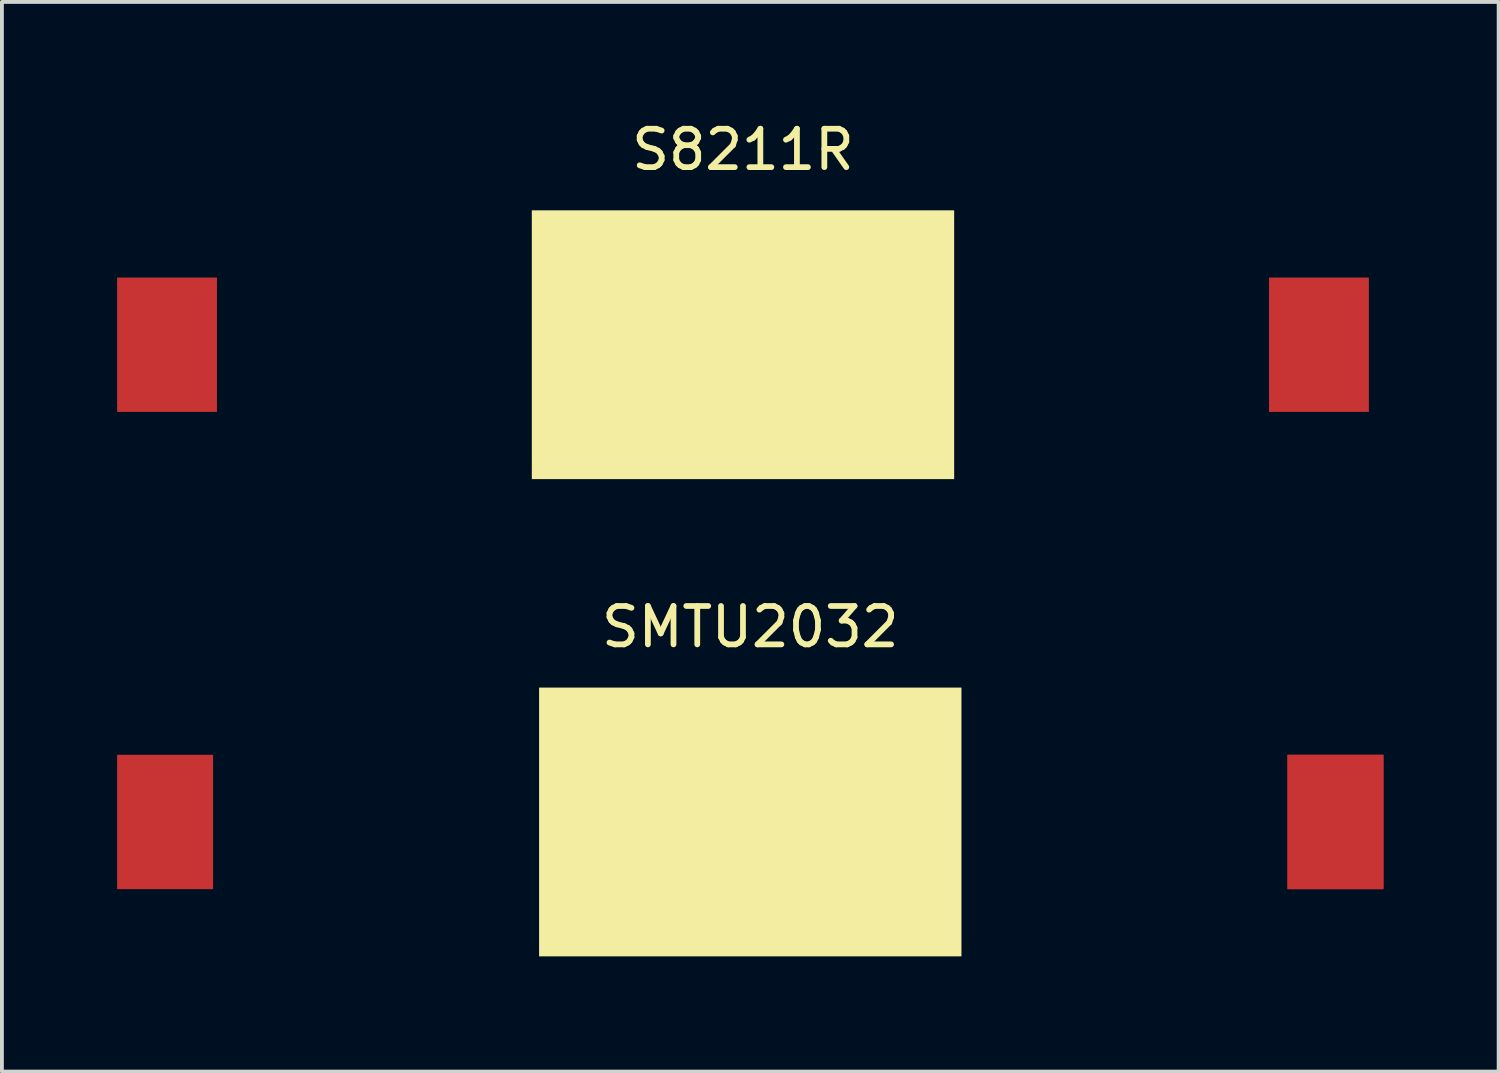
<source format=kicad_pcb>
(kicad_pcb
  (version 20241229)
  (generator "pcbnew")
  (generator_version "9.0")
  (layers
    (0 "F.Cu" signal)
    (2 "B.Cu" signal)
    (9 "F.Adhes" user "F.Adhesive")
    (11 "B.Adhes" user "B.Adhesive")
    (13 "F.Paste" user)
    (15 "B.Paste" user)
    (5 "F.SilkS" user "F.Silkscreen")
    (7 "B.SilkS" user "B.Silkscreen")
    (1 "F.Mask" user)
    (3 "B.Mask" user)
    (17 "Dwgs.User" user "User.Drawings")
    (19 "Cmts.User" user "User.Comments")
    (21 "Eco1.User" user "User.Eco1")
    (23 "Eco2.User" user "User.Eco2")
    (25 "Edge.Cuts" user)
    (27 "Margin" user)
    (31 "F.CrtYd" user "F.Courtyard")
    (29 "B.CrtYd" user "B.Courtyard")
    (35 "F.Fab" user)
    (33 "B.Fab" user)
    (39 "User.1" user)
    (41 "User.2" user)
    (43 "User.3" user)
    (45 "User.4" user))
  (footprint "S8211R"
    (layer "F.Cu")
    (at 16.3 5.928)
    (property "Reference" "S8211R" (at 0 -5.08 0) (layer "F.SilkS") (effects (font (size 1 1) (thickness 0.15))))
    (attr through_hole)
    (pad "" smd rect (at 0 0) (size 11 7) (layers "F.SilkS"))
    (pad "1" smd rect (at -15 0) (size 2.6 3.5) (layers "F.Cu" "F.Mask" "F.Paste"))
    (pad "2" smd rect (at 15 0) (size 2.6 3.5) (layers "F.Cu" "F.Mask" "F.Paste")))
  (footprint "SMTU2032"
    (layer "F.Cu")
    (at 16.49 18.357)
    (property "Reference" "SMTU2032" (at 0 -5.08 0) (layer "F.SilkS") (effects (font (size 1 1) (thickness 0.15))))
    (attr through_hole)
    (pad "" smd rect (at 0 0) (size 11 7) (layers "F.SilkS"))
    (pad "1" smd rect (at 15.24 0) (size 2.5 3.5) (layers "F.Cu" "F.Mask" "F.Paste"))
    (pad "1" smd rect (at 15.24 0) (size 2.5 3.5) (layers "F.Cu" "F.Mask" "F.Paste"))
    (pad "2" smd rect (at -15.24 0) (size 2.5 3.5) (layers "F.Cu" "F.Mask" "F.Paste")))
  (gr_rect
    (start -3 -3)
    (end 35.98 24.857)
    (stroke (width 0.1) (type default))
    (fill no)
    (layer "Edge.Cuts")))
</source>
